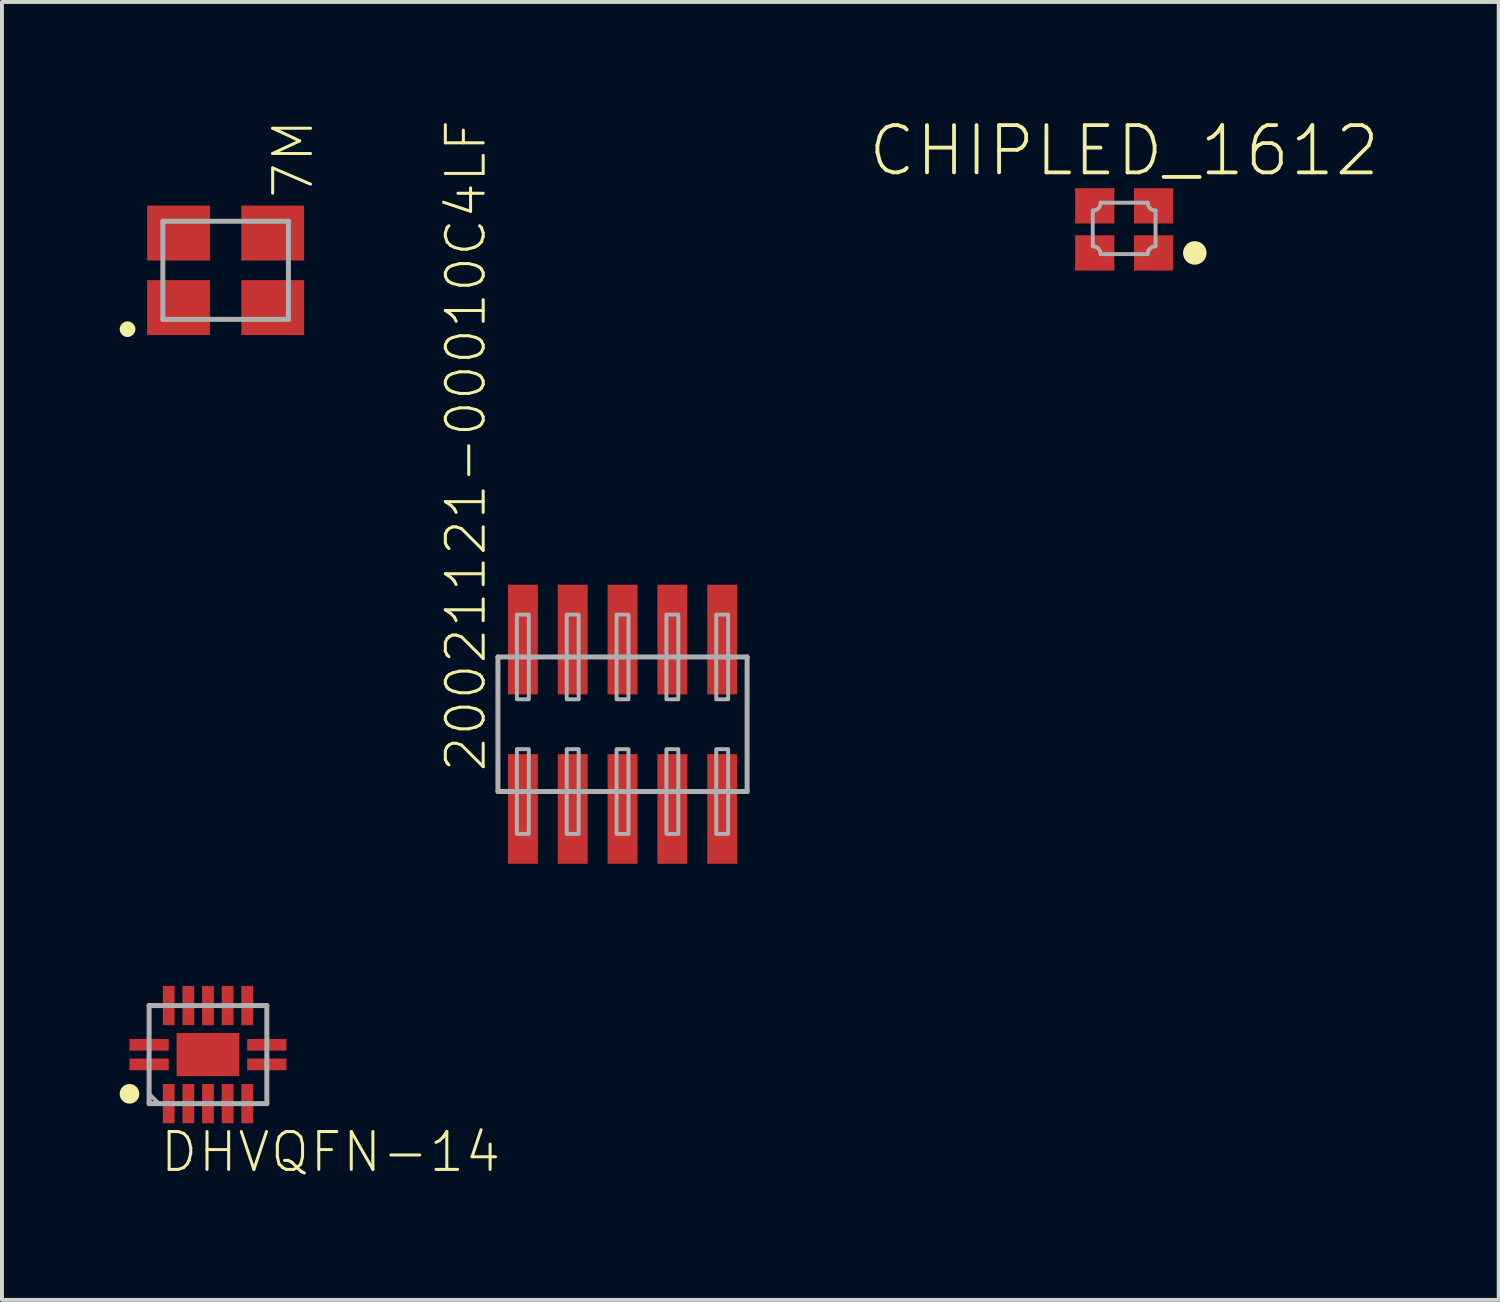
<source format=kicad_pcb>
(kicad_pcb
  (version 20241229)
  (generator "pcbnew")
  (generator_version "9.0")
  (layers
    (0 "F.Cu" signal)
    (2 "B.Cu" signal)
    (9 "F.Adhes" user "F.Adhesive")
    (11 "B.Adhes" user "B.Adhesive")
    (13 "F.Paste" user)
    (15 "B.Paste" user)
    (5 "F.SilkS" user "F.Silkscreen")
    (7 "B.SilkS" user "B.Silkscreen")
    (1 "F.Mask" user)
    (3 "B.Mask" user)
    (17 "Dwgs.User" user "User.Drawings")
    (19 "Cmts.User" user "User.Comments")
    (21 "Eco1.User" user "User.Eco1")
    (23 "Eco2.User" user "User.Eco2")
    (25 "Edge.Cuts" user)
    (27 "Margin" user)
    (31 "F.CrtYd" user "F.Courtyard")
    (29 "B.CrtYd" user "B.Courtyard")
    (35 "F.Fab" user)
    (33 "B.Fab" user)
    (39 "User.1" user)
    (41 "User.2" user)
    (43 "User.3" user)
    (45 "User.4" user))
  (footprint "CHIPLED_1612"
    (layer "F.Cu")
    (at 25.599 2.796)
    (property "Reference" "CHIPLED_1612" (at 0 -1.3 0) (layer "F.SilkS") (effects (font (size 1.206 1.206) (thickness 0.097)) (justify bottom)))
    (attr through_hole)
    (fp_poly (pts (xy -1.3 -0.1) (xy -0.2 -0.1) (xy -0.2 -1.1) (xy -1.3 -1.1)) (stroke (width 0) (type solid)) (fill yes) (layer "F.Mask"))
    (fp_poly (pts (xy -1.3 1.1) (xy -0.2 1.1) (xy -0.2 0.1) (xy -1.3 0.1)) (stroke (width 0) (type solid)) (fill yes) (layer "F.Mask"))
    (fp_poly (pts (xy 0.2 -0.1) (xy 1.3 -0.1) (xy 1.3 -1.1) (xy 0.2 -1.1)) (stroke (width 0) (type solid)) (fill yes) (layer "F.Mask"))
    (fp_poly (pts (xy 0.2 1.1) (xy 1.3 1.1) (xy 1.3 0.1) (xy 0.2 0.1)) (stroke (width 0) (type solid)) (fill yes) (layer "F.Mask"))
    (fp_circle (center 1.8 0.6) (end 1.95 0.6) (stroke (width 0.3) (type solid)) (fill no) (layer "F.SilkS"))
    (fp_line (start -0.8 0.43) (end -0.8 -0.48) (stroke (width 0.1) (type solid)) (layer "F.Fab"))
    (fp_line (start -0.6 -0.68) (end 0.6 -0.68) (stroke (width 0.1) (type solid)) (layer "F.Fab"))
    (fp_line (start 0.6 0.63) (end -0.6 0.63) (stroke (width 0.1) (type solid)) (layer "F.Fab"))
    (fp_line (start 0.8 -0.48) (end 0.8 0.43) (stroke (width 0.1) (type solid)) (layer "F.Fab"))
    (fp_arc (start -0.8 0.43) (mid -0.658579 0.488579) (end -0.6 0.63) (stroke (width 0.1) (type solid)) (layer "F.Fab"))
    (fp_arc (start -0.6 -0.68) (mid -0.658579 -0.538579) (end -0.8 -0.48) (stroke (width 0.1) (type solid)) (layer "F.Fab"))
    (fp_arc (start 0.6 0.63) (mid 0.658579 0.488579) (end 0.8 0.43) (stroke (width 0.1) (type solid)) (layer "F.Fab"))
    (fp_arc (start 0.8 -0.48) (mid 0.658579 -0.538579) (end 0.6 -0.68) (stroke (width 0.1) (type solid)) (layer "F.Fab"))
    (pad "1" smd rect (at 0.75 0.6) (size 1 0.9) (layers "F.Cu" "F.Mask" "F.Paste"))
    (pad "2" smd rect (at -0.75 0.6) (size 1 0.9) (layers "F.Cu" "F.Mask" "F.Paste"))
    (pad "3" smd rect (at -0.75 -0.6) (size 1 0.9) (layers "F.Cu" "F.Mask" "F.Paste"))
    (pad "4" smd rect (at 0.75 -0.6) (size 1 0.9) (layers "F.Cu" "F.Mask" "F.Paste")))
  (footprint "DHVQFN-14"
    (layer "F.Cu")
    (at 2.25 23.826)
    (property "Reference" "DHVQFN-14" (at -1.27 3.048 0) (layer "F.SilkS") (effects (font (size 0.965 0.965) (thickness 0.077)) (justify left bottom)))
    (attr through_hole)
    (fp_poly (pts (xy -2.05 -0.05) (xy -0.95 -0.05) (xy -0.95 -0.45) (xy -2.05 -0.45)) (stroke (width 0) (type solid)) (fill yes) (layer "F.Mask"))
    (fp_poly (pts (xy -2.05 0.45) (xy -0.95 0.45) (xy -0.95 0.05) (xy -2.05 0.05)) (stroke (width 0) (type solid)) (fill yes) (layer "F.Mask"))
    (fp_poly (pts (xy -1.2 -0.7) (xy -0.8 -0.7) (xy -0.8 -1.8) (xy -1.2 -1.8)) (stroke (width 0) (type solid)) (fill yes) (layer "F.Mask"))
    (fp_poly (pts (xy -1.2 1.8) (xy -0.8 1.8) (xy -0.8 0.7) (xy -1.2 0.7)) (stroke (width 0) (type solid)) (fill yes) (layer "F.Mask"))
    (fp_poly (pts (xy -0.85 0.6) (xy 0.85 0.6) (xy 0.85 -0.6) (xy -0.85 -0.6)) (stroke (width 0) (type solid)) (fill yes) (layer "F.Mask"))
    (fp_poly (pts (xy -0.7 -0.7) (xy -0.3 -0.7) (xy -0.3 -1.8) (xy -0.7 -1.8)) (stroke (width 0) (type solid)) (fill yes) (layer "F.Mask"))
    (fp_poly (pts (xy -0.7 1.8) (xy -0.3 1.8) (xy -0.3 0.7) (xy -0.7 0.7)) (stroke (width 0) (type solid)) (fill yes) (layer "F.Mask"))
    (fp_poly (pts (xy -0.2 -0.7) (xy 0.2 -0.7) (xy 0.2 -1.8) (xy -0.2 -1.8)) (stroke (width 0) (type solid)) (fill yes) (layer "F.Mask"))
    (fp_poly (pts (xy -0.2 1.8) (xy 0.2 1.8) (xy 0.2 0.7) (xy -0.2 0.7)) (stroke (width 0) (type solid)) (fill yes) (layer "F.Mask"))
    (fp_poly (pts (xy 0.3 -0.7) (xy 0.7 -0.7) (xy 0.7 -1.8) (xy 0.3 -1.8)) (stroke (width 0) (type solid)) (fill yes) (layer "F.Mask"))
    (fp_poly (pts (xy 0.3 1.8) (xy 0.7 1.8) (xy 0.7 0.7) (xy 0.3 0.7)) (stroke (width 0) (type solid)) (fill yes) (layer "F.Mask"))
    (fp_poly (pts (xy 0.8 -0.7) (xy 1.2 -0.7) (xy 1.2 -1.8) (xy 0.8 -1.8)) (stroke (width 0) (type solid)) (fill yes) (layer "F.Mask"))
    (fp_poly (pts (xy 0.8 1.8) (xy 1.2 1.8) (xy 1.2 0.7) (xy 0.8 0.7)) (stroke (width 0) (type solid)) (fill yes) (layer "F.Mask"))
    (fp_poly (pts (xy 0.95 -0.05) (xy 2.05 -0.05) (xy 2.05 -0.45) (xy 0.95 -0.45)) (stroke (width 0) (type solid)) (fill yes) (layer "F.Mask"))
    (fp_poly (pts (xy 0.95 0.45) (xy 2.05 0.45) (xy 2.05 0.05) (xy 0.95 0.05)) (stroke (width 0) (type solid)) (fill yes) (layer "F.Mask"))
    (fp_circle (center -2 1) (end -1.875 1) (stroke (width 0.25) (type solid)) (fill no) (layer "F.SilkS"))
    (fp_line (start -1.5 -1.25) (end 1.5 -1.25) (stroke (width 0.127) (type solid)) (layer "F.Fab"))
    (fp_line (start -1.5 1.25) (end -1.5 -1.25) (stroke (width 0.127) (type solid)) (layer "F.Fab"))
    (fp_line (start 1.5 -1.25) (end 1.5 1.25) (stroke (width 0.127) (type solid)) (layer "F.Fab"))
    (fp_line (start 1.5 1.25) (end -1.5 1.25) (stroke (width 0.127) (type solid)) (layer "F.Fab"))
    (fp_poly (pts (xy -1.5 1.25) (xy -1.25 1.25) (xy -1.5 1)) (stroke (width 0.1) (type solid)) (fill no) (layer "F.Fab"))
    (pad "1" smd rect (at -1.5 0.25) (size 1 0.3) (layers "F.Cu" "F.Mask" "F.Paste"))
    (pad "2" smd rect (at -1 1.25 90) (size 1 0.3) (layers "F.Cu" "F.Mask" "F.Paste"))
    (pad "3" smd rect (at -0.5 1.25 90) (size 1 0.3) (layers "F.Cu" "F.Mask" "F.Paste"))
    (pad "4" smd rect (at 0 1.25 90) (size 1 0.3) (layers "F.Cu" "F.Mask" "F.Paste"))
    (pad "5" smd rect (at 0.5 1.25 90) (size 1 0.3) (layers "F.Cu" "F.Mask" "F.Paste"))
    (pad "6" smd rect (at 1 1.25 90) (size 1 0.3) (layers "F.Cu" "F.Mask" "F.Paste"))
    (pad "7" smd rect (at 1.5 0.25 180) (size 1 0.3) (layers "F.Cu" "F.Mask" "F.Paste"))
    (pad "8" smd rect (at 1.5 -0.25 180) (size 1 0.3) (layers "F.Cu" "F.Mask" "F.Paste"))
    (pad "9" smd rect (at 1 -1.25 270) (size 1 0.3) (layers "F.Cu" "F.Mask" "F.Paste"))
    (pad "10" smd rect (at 0.5 -1.25 270) (size 1 0.3) (layers "F.Cu" "F.Mask" "F.Paste"))
    (pad "11" smd rect (at 0 -1.25 270) (size 1 0.3) (layers "F.Cu" "F.Mask" "F.Paste"))
    (pad "12" smd rect (at -0.5 -1.25 270) (size 1 0.3) (layers "F.Cu" "F.Mask" "F.Paste"))
    (pad "13" smd rect (at -1 -1.25 270) (size 1 0.3) (layers "F.Cu" "F.Mask" "F.Paste"))
    (pad "14" smd rect (at -1.5 -0.25) (size 1 0.3) (layers "F.Cu" "F.Mask" "F.Paste"))
    (pad "PGND" smd rect (at 0 0) (size 1.6 1.1) (layers "F.Cu" "F.Mask" "F.Paste")))
  (footprint "7M"
    (layer "F.Cu")
    (at 2.7 3.839)
    (property "Reference" "7M" (at 2.286 -1.778 270) (layer "F.SilkS") (effects (font (size 0.965 0.965) (thickness 0.077)) (justify left bottom)))
    (attr through_hole)
    (fp_circle (center -2.5 1.5) (end -2.4 1.5) (stroke (width 0.2) (type solid)) (fill no) (layer "F.SilkS"))
    (fp_line (start -1.6 -1.25) (end 1.6 -1.25) (stroke (width 0.127) (type solid)) (layer "F.Fab"))
    (fp_line (start -1.6 1.25) (end -1.6 -1.25) (stroke (width 0.127) (type solid)) (layer "F.Fab"))
    (fp_line (start 1.6 -1.25) (end 1.6 1.25) (stroke (width 0.127) (type solid)) (layer "F.Fab"))
    (fp_line (start 1.6 1.25) (end -1.6 1.25) (stroke (width 0.127) (type solid)) (layer "F.Fab"))
    (pad "1" smd rect (at -1.2 0.95) (size 1.6 1.4) (layers "F.Cu" "F.Mask" "F.Paste"))
    (pad "2" smd rect (at 1.2 0.95) (size 1.6 1.4) (layers "F.Cu" "F.Mask" "F.Paste"))
    (pad "3" smd rect (at 1.2 -0.95) (size 1.6 1.4) (layers "F.Cu" "F.Mask" "F.Paste"))
    (pad "4" smd rect (at -1.2 -0.95) (size 1.6 1.4) (layers "F.Cu" "F.Mask" "F.Paste")))
  (footprint "20021121-00010C4LF"
    (layer "F.Cu")
    (at 12.815 15.407)
    (property "Reference" "20021121-00010C4LF" (at -3.429 1.27 90) (layer "F.SilkS") (effects (font (size 0.965 0.965) (thickness 0.077)) (justify left bottom)))
    (attr through_hole)
    (fp_poly (pts (xy -2.985 -0.699) (xy -2.095 -0.699) (xy -2.095 -3.619) (xy -2.985 -3.619)) (stroke (width 0) (type solid)) (fill yes) (layer "F.Mask"))
    (fp_poly (pts (xy -2.985 3.619) (xy -2.095 3.619) (xy -2.095 0.699) (xy -2.985 0.699)) (stroke (width 0) (type solid)) (fill yes) (layer "F.Mask"))
    (fp_poly (pts (xy -1.714 -0.699) (xy -0.826 -0.699) (xy -0.826 -3.619) (xy -1.714 -3.619)) (stroke (width 0) (type solid)) (fill yes) (layer "F.Mask"))
    (fp_poly (pts (xy -1.714 3.619) (xy -0.826 3.619) (xy -0.826 0.699) (xy -1.714 0.699)) (stroke (width 0) (type solid)) (fill yes) (layer "F.Mask"))
    (fp_poly (pts (xy -0.445 -0.699) (xy 0.445 -0.699) (xy 0.445 -3.619) (xy -0.445 -3.619)) (stroke (width 0) (type solid)) (fill yes) (layer "F.Mask"))
    (fp_poly (pts (xy -0.445 3.619) (xy 0.445 3.619) (xy 0.445 0.699) (xy -0.445 0.699)) (stroke (width 0) (type solid)) (fill yes) (layer "F.Mask"))
    (fp_poly (pts (xy 0.826 -0.699) (xy 1.714 -0.699) (xy 1.714 -3.619) (xy 0.826 -3.619)) (stroke (width 0) (type solid)) (fill yes) (layer "F.Mask"))
    (fp_poly (pts (xy 0.826 3.619) (xy 1.714 3.619) (xy 1.714 0.699) (xy 0.826 0.699)) (stroke (width 0) (type solid)) (fill yes) (layer "F.Mask"))
    (fp_poly (pts (xy 2.095 -0.699) (xy 2.985 -0.699) (xy 2.985 -3.619) (xy 2.095 -3.619)) (stroke (width 0) (type solid)) (fill yes) (layer "F.Mask"))
    (fp_poly (pts (xy 2.095 3.619) (xy 2.985 3.619) (xy 2.985 0.699) (xy 2.095 0.699)) (stroke (width 0) (type solid)) (fill yes) (layer "F.Mask"))
    (fp_line (start -3.175 -1.714) (end 3.175 -1.714) (stroke (width 0.127) (type solid)) (layer "F.Fab"))
    (fp_line (start -3.175 1.714) (end -3.175 -1.714) (stroke (width 0.127) (type solid)) (layer "F.Fab"))
    (fp_line (start 3.175 -1.714) (end 3.175 1.714) (stroke (width 0.127) (type solid)) (layer "F.Fab"))
    (fp_line (start 3.175 1.714) (end -3.175 1.714) (stroke (width 0.127) (type solid)) (layer "F.Fab"))
    (fp_poly (pts (xy -2.692 -0.635) (xy -2.388 -0.635) (xy -2.388 -2.794) (xy -2.692 -2.794)) (stroke (width 0.1) (type solid)) (fill no) (layer "F.Fab"))
    (fp_poly (pts (xy -2.388 0.635) (xy -2.692 0.635) (xy -2.692 2.794) (xy -2.388 2.794)) (stroke (width 0.1) (type solid)) (fill no) (layer "F.Fab"))
    (fp_poly (pts (xy -1.422 -0.635) (xy -1.118 -0.635) (xy -1.118 -2.794) (xy -1.422 -2.794)) (stroke (width 0.1) (type solid)) (fill no) (layer "F.Fab"))
    (fp_poly (pts (xy -1.118 0.635) (xy -1.422 0.635) (xy -1.422 2.794) (xy -1.118 2.794)) (stroke (width 0.1) (type solid)) (fill no) (layer "F.Fab"))
    (fp_poly (pts (xy -0.152 -0.635) (xy 0.152 -0.635) (xy 0.152 -2.794) (xy -0.152 -2.794)) (stroke (width 0.1) (type solid)) (fill no) (layer "F.Fab"))
    (fp_poly (pts (xy 0.152 0.635) (xy -0.152 0.635) (xy -0.152 2.794) (xy 0.152 2.794)) (stroke (width 0.1) (type solid)) (fill no) (layer "F.Fab"))
    (fp_poly (pts (xy 1.118 -0.635) (xy 1.422 -0.635) (xy 1.422 -2.794) (xy 1.118 -2.794)) (stroke (width 0.1) (type solid)) (fill no) (layer "F.Fab"))
    (fp_poly (pts (xy 1.422 0.635) (xy 1.118 0.635) (xy 1.118 2.794) (xy 1.422 2.794)) (stroke (width 0.1) (type solid)) (fill no) (layer "F.Fab"))
    (fp_poly (pts (xy 2.388 -0.635) (xy 2.692 -0.635) (xy 2.692 -2.794) (xy 2.388 -2.794)) (stroke (width 0.1) (type solid)) (fill no) (layer "F.Fab"))
    (fp_poly (pts (xy 2.692 0.635) (xy 2.388 0.635) (xy 2.388 2.794) (xy 2.692 2.794)) (stroke (width 0.1) (type solid)) (fill no) (layer "F.Fab"))
    (pad "1" smd rect (at -2.54 2.159) (size 0.762 2.794) (layers "F.Cu" "F.Mask" "F.Paste"))
    (pad "2" smd rect (at -2.54 -2.159) (size 0.762 2.794) (layers "F.Cu" "F.Mask" "F.Paste"))
    (pad "3" smd rect (at -1.27 2.159) (size 0.762 2.794) (layers "F.Cu" "F.Mask" "F.Paste"))
    (pad "4" smd rect (at -1.27 -2.159) (size 0.762 2.794) (layers "F.Cu" "F.Mask" "F.Paste"))
    (pad "5" smd rect (at 0 2.159) (size 0.762 2.794) (layers "F.Cu" "F.Mask" "F.Paste"))
    (pad "6" smd rect (at 0 -2.159) (size 0.762 2.794) (layers "F.Cu" "F.Mask" "F.Paste"))
    (pad "7" smd rect (at 1.27 2.159) (size 0.762 2.794) (layers "F.Cu" "F.Mask" "F.Paste"))
    (pad "8" smd rect (at 1.27 -2.159) (size 0.762 2.794) (layers "F.Cu" "F.Mask" "F.Paste"))
    (pad "9" smd rect (at 2.54 2.159) (size 0.762 2.794) (layers "F.Cu" "F.Mask" "F.Paste"))
    (pad "10" smd rect (at 2.54 -2.159) (size 0.762 2.794) (layers "F.Cu" "F.Mask" "F.Paste")))
  (gr_rect
    (start -3 -3)
    (end 35.144 30.078)
    (stroke (width 0.1) (type default))
    (fill no)
    (layer "Edge.Cuts")))
</source>
